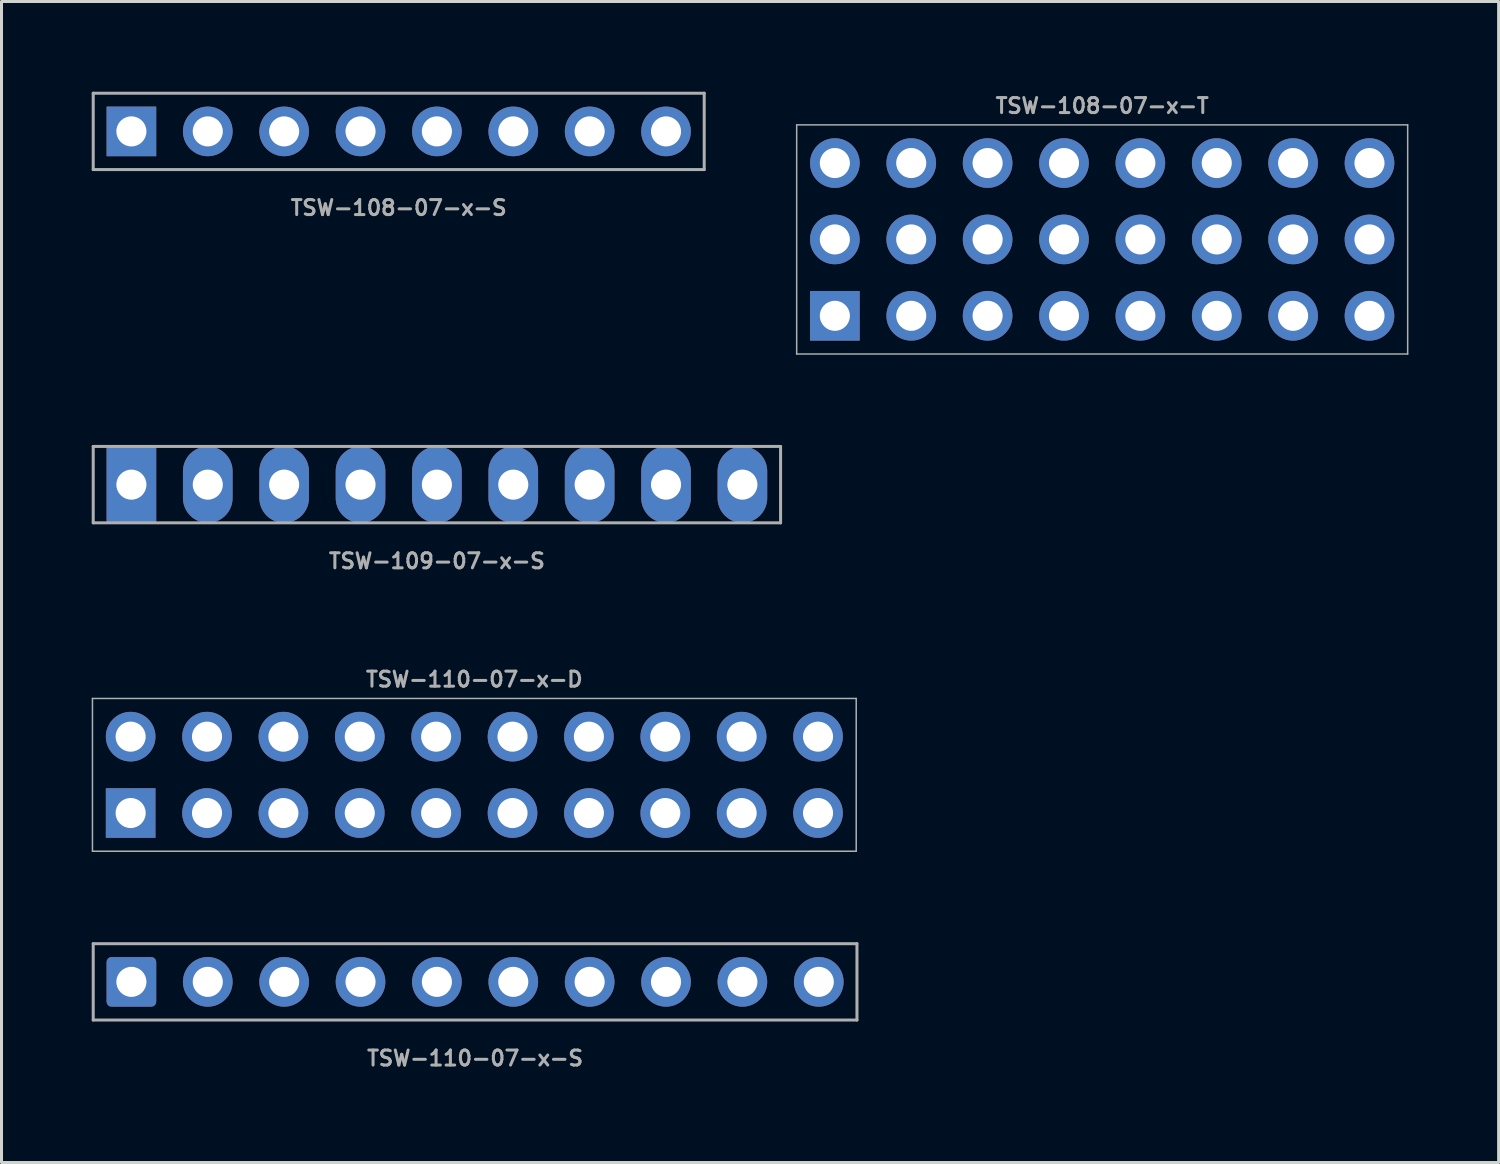
<source format=kicad_pcb>
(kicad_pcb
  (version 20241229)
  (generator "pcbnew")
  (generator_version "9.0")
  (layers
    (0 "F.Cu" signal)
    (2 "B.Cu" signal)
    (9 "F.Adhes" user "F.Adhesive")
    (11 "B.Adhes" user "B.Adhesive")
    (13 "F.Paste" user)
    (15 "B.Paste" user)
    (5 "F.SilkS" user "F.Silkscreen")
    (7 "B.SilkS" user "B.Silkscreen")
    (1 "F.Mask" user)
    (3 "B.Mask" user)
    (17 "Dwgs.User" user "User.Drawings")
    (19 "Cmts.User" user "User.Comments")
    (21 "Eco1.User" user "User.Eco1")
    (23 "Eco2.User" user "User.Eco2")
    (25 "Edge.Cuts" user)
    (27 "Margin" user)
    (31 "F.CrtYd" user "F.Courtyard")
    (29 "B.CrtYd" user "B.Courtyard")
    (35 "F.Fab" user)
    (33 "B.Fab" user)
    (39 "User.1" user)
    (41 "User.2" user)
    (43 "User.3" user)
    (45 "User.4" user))
  (footprint "TSW-109-07-x-S"
    (layer "F.Cu")
    (at 11.48 13.068)
    (property "Reference" "TSW-109-07-x-S" (at 0 2.54 0) (layer "F.Fab") (effects (font (size 0.5 0.5) (thickness 0.1))))
    (attr through_hole)
    (fp_line (start -11.43 -1.27) (end -11.43 1.27) (stroke (width 0.1) (type solid)) (layer "F.Fab"))
    (fp_line (start -11.43 1.27) (end 11.43 1.27) (stroke (width 0.1) (type solid)) (layer "F.Fab"))
    (fp_line (start 11.43 -1.27) (end -11.43 -1.27) (stroke (width 0.1) (type solid)) (layer "F.Fab"))
    (fp_line (start 11.43 1.27) (end 11.43 -1.27) (stroke (width 0.1) (type solid)) (layer "F.Fab"))
    (pad "1" thru_hole rect (at -10.16 0 90) (size 2.54 1.651) (drill 1) (layers "*.Cu" "*.Mask"))
    (pad "2" thru_hole oval (at -7.62 0 90) (size 2.54 1.651) (drill 1) (layers "*.Cu" "*.Mask"))
    (pad "3" thru_hole oval (at -5.08 0 90) (size 2.54 1.651) (drill 1) (layers "*.Cu" "*.Mask"))
    (pad "4" thru_hole oval (at -2.54 0 90) (size 2.54 1.651) (drill 1) (layers "*.Cu" "*.Mask"))
    (pad "5" thru_hole oval (at 0 0 90) (size 2.54 1.651) (drill 1) (layers "*.Cu" "*.Mask"))
    (pad "6" thru_hole oval (at 2.54 0 90) (size 2.54 1.651) (drill 1) (layers "*.Cu" "*.Mask"))
    (pad "7" thru_hole oval (at 5.08 0 90) (size 2.54 1.651) (drill 1) (layers "*.Cu" "*.Mask"))
    (pad "8" thru_hole oval (at 7.62 0 90) (size 2.54 1.651) (drill 1) (layers "*.Cu" "*.Mask"))
    (pad "9" thru_hole oval (at 10.16 0 90) (size 2.54 1.651) (drill 1) (layers "*.Cu" "*.Mask")))
  (footprint "TSW-110-07-x-S"
    (layer "F.Cu")
    (at 12.75 29.604)
    (property "Reference" "TSW-110-07-x-S" (at 0 2.54 0) (layer "F.Fab") (effects (font (size 0.5 0.5) (thickness 0.1))))
    (attr through_hole)
    (fp_line (start -12.7 -1.27) (end -12.7 1.27) (stroke (width 0.1) (type solid)) (layer "F.Fab"))
    (fp_line (start -12.7 1.27) (end 12.7 1.27) (stroke (width 0.1) (type solid)) (layer "F.Fab"))
    (fp_line (start 12.7 -1.27) (end -12.7 -1.27) (stroke (width 0.1) (type solid)) (layer "F.Fab"))
    (fp_line (start 12.7 1.27) (end 12.7 -1.27) (stroke (width 0.1) (type solid)) (layer "F.Fab"))
    (pad "1" thru_hole roundrect (at -11.43 0 90) (size 1.651 1.651) (drill 1) (layers "*.Cu" "*.Mask") (roundrect_rratio 0.1))
    (pad "2" thru_hole circle (at -8.89 0 90) (size 1.651 1.651) (drill 1) (layers "*.Cu" "*.Mask"))
    (pad "3" thru_hole circle (at -6.35 0 90) (size 1.651 1.651) (drill 1) (layers "*.Cu" "*.Mask"))
    (pad "4" thru_hole circle (at -3.81 0 90) (size 1.651 1.651) (drill 1) (layers "*.Cu" "*.Mask"))
    (pad "5" thru_hole circle (at -1.27 0 90) (size 1.651 1.651) (drill 1) (layers "*.Cu" "*.Mask"))
    (pad "6" thru_hole circle (at 1.27 0 90) (size 1.651 1.651) (drill 1) (layers "*.Cu" "*.Mask"))
    (pad "7" thru_hole circle (at 3.81 0 90) (size 1.651 1.651) (drill 1) (layers "*.Cu" "*.Mask"))
    (pad "8" thru_hole circle (at 6.35 0 90) (size 1.651 1.651) (drill 1) (layers "*.Cu" "*.Mask"))
    (pad "9" thru_hole circle (at 8.89 0 90) (size 1.651 1.651) (drill 1) (layers "*.Cu" "*.Mask"))
    (pad "10" thru_hole circle (at 11.43 0 90) (size 1.651 1.651) (drill 1) (layers "*.Cu" "*.Mask")))
  (footprint "TSW-110-07-x-D"
    (layer "F.Cu")
    (at 12.725 22.719)
    (property "Reference" "TSW-110-07-x-D" (at 0 -3.175 0) (layer "F.Fab") (effects (font (size 0.5 0.5) (thickness 0.1))))
    (attr through_hole)
    (fp_line (start -12.7 -2.54) (end -12.7 2.54) (stroke (width 0.05) (type solid)) (layer "F.Fab"))
    (fp_line (start -12.7 2.54) (end 12.7 2.54) (stroke (width 0.05) (type solid)) (layer "F.Fab"))
    (fp_line (start 12.7 -2.54) (end -12.7 -2.54) (stroke (width 0.05) (type solid)) (layer "F.Fab"))
    (fp_line (start 12.7 2.54) (end 12.7 -2.54) (stroke (width 0.05) (type solid)) (layer "F.Fab"))
    (pad "1" thru_hole rect (at -11.43 1.27 90) (size 1.651 1.651) (drill 1) (layers "*.Cu" "*.Mask"))
    (pad "2" thru_hole circle (at -11.43 -1.27 90) (size 1.651 1.651) (drill 1) (layers "*.Cu" "*.Mask"))
    (pad "3" thru_hole circle (at -8.89 1.27 90) (size 1.651 1.651) (drill 1) (layers "*.Cu" "*.Mask"))
    (pad "4" thru_hole circle (at -8.89 -1.27 90) (size 1.651 1.651) (drill 1) (layers "*.Cu" "*.Mask"))
    (pad "5" thru_hole circle (at -6.35 1.27) (size 1.651 1.651) (drill 1) (layers "*.Cu" "*.Mask"))
    (pad "6" thru_hole circle (at -6.35 -1.27) (size 1.651 1.651) (drill 1) (layers "*.Cu" "*.Mask"))
    (pad "7" thru_hole circle (at -3.81 1.27) (size 1.651 1.651) (drill 1) (layers "*.Cu" "*.Mask"))
    (pad "8" thru_hole circle (at -3.81 -1.27) (size 1.651 1.651) (drill 1) (layers "*.Cu" "*.Mask"))
    (pad "9" thru_hole circle (at -1.27 1.27 90) (size 1.651 1.651) (drill 1) (layers "*.Cu" "*.Mask"))
    (pad "10" thru_hole circle (at -1.27 -1.27 90) (size 1.651 1.651) (drill 1) (layers "*.Cu" "*.Mask"))
    (pad "11" thru_hole circle (at 1.27 1.27) (size 1.651 1.651) (drill 1) (layers "*.Cu" "*.Mask"))
    (pad "12" thru_hole circle (at 1.27 -1.27) (size 1.651 1.651) (drill 1) (layers "*.Cu" "*.Mask"))
    (pad "13" thru_hole circle (at 3.81 1.27) (size 1.651 1.651) (drill 1) (layers "*.Cu" "*.Mask"))
    (pad "14" thru_hole circle (at 3.81 -1.27) (size 1.651 1.651) (drill 1) (layers "*.Cu" "*.Mask"))
    (pad "15" thru_hole circle (at 6.35 1.27) (size 1.651 1.651) (drill 1) (layers "*.Cu" "*.Mask"))
    (pad "16" thru_hole circle (at 6.35 -1.27) (size 1.651 1.651) (drill 1) (layers "*.Cu" "*.Mask"))
    (pad "17" thru_hole circle (at 8.89 1.27) (size 1.651 1.651) (drill 1) (layers "*.Cu" "*.Mask"))
    (pad "18" thru_hole circle (at 8.89 -1.27) (size 1.651 1.651) (drill 1) (layers "*.Cu" "*.Mask"))
    (pad "19" thru_hole circle (at 11.43 1.27) (size 1.651 1.651) (drill 1) (layers "*.Cu" "*.Mask"))
    (pad "20" thru_hole circle (at 11.43 -1.27) (size 1.651 1.651) (drill 1) (layers "*.Cu" "*.Mask")))
  (footprint "TSW-108-07-x-S"
    (layer "F.Cu")
    (at 10.21 1.32)
    (property "Reference" "TSW-108-07-x-S" (at 0 2.54 0) (layer "F.Fab") (effects (font (size 0.5 0.5) (thickness 0.1))))
    (attr through_hole)
    (fp_line (start -10.16 -1.27) (end -10.16 1.27) (stroke (width 0.1) (type solid)) (layer "F.Fab"))
    (fp_line (start -10.16 1.27) (end 10.16 1.27) (stroke (width 0.1) (type solid)) (layer "F.Fab"))
    (fp_line (start 10.16 -1.27) (end -10.16 -1.27) (stroke (width 0.1) (type solid)) (layer "F.Fab"))
    (fp_line (start 10.16 1.27) (end 10.16 -1.27) (stroke (width 0.1) (type solid)) (layer "F.Fab"))
    (pad "1" thru_hole rect (at -8.89 0 90) (size 1.651 1.651) (drill 1) (layers "*.Cu" "*.Mask"))
    (pad "2" thru_hole circle (at -6.35 0 90) (size 1.651 1.651) (drill 1) (layers "*.Cu" "*.Mask"))
    (pad "3" thru_hole circle (at -3.81 0 90) (size 1.651 1.651) (drill 1) (layers "*.Cu" "*.Mask"))
    (pad "4" thru_hole circle (at -1.27 0 90) (size 1.651 1.651) (drill 1) (layers "*.Cu" "*.Mask"))
    (pad "5" thru_hole circle (at 1.27 0 90) (size 1.651 1.651) (drill 1) (layers "*.Cu" "*.Mask"))
    (pad "6" thru_hole circle (at 3.81 0 90) (size 1.651 1.651) (drill 1) (layers "*.Cu" "*.Mask"))
    (pad "7" thru_hole circle (at 6.35 0 90) (size 1.651 1.651) (drill 1) (layers "*.Cu" "*.Mask"))
    (pad "8" thru_hole circle (at 8.89 0 90) (size 1.651 1.651) (drill 1) (layers "*.Cu" "*.Mask")))
  (footprint "TSW-108-07-x-T"
    (layer "F.Cu")
    (at 33.605 4.913)
    (property "Reference" "TSW-108-07-x-T" (at 0 -4.445 0) (layer "F.Fab") (effects (font (size 0.5 0.5) (thickness 0.1))))
    (attr through_hole)
    (fp_line (start -10.16 -3.81) (end -10.16 3.81) (stroke (width 0.05) (type solid)) (layer "F.Fab"))
    (fp_line (start -10.16 3.81) (end 10.16 3.81) (stroke (width 0.05) (type solid)) (layer "F.Fab"))
    (fp_line (start 10.16 -3.81) (end -10.16 -3.81) (stroke (width 0.05) (type solid)) (layer "F.Fab"))
    (fp_line (start 10.16 3.81) (end 10.16 -3.81) (stroke (width 0.05) (type solid)) (layer "F.Fab"))
    (pad "1" thru_hole rect (at -8.89 2.54 90) (size 1.651 1.651) (drill 1) (layers "*.Cu" "*.Mask"))
    (pad "2" thru_hole circle (at -8.89 0 90) (size 1.651 1.651) (drill 1) (layers "*.Cu" "*.Mask"))
    (pad "3" thru_hole circle (at -8.89 -2.54 90) (size 1.651 1.651) (drill 1) (layers "*.Cu" "*.Mask"))
    (pad "4" thru_hole circle (at -6.35 2.54 90) (size 1.651 1.651) (drill 1) (layers "*.Cu" "*.Mask"))
    (pad "5" thru_hole circle (at -6.35 0) (size 1.651 1.651) (drill 1) (layers "*.Cu" "*.Mask"))
    (pad "6" thru_hole circle (at -6.35 -2.54) (size 1.651 1.651) (drill 1) (layers "*.Cu" "*.Mask"))
    (pad "7" thru_hole circle (at -3.81 2.54) (size 1.651 1.651) (drill 1) (layers "*.Cu" "*.Mask"))
    (pad "8" thru_hole circle (at -3.81 0) (size 1.651 1.651) (drill 1) (layers "*.Cu" "*.Mask"))
    (pad "9" thru_hole circle (at -3.81 -2.54 90) (size 1.651 1.651) (drill 1) (layers "*.Cu" "*.Mask"))
    (pad "10" thru_hole circle (at -1.27 2.54 90) (size 1.651 1.651) (drill 1) (layers "*.Cu" "*.Mask"))
    (pad "11" thru_hole circle (at -1.27 0) (size 1.651 1.651) (drill 1) (layers "*.Cu" "*.Mask"))
    (pad "12" thru_hole circle (at -1.27 -2.54) (size 1.651 1.651) (drill 1) (layers "*.Cu" "*.Mask"))
    (pad "13" thru_hole circle (at 1.27 2.54) (size 1.651 1.651) (drill 1) (layers "*.Cu" "*.Mask"))
    (pad "14" thru_hole circle (at 1.27 0) (size 1.651 1.651) (drill 1) (layers "*.Cu" "*.Mask"))
    (pad "15" thru_hole circle (at 1.27 -2.54) (size 1.651 1.651) (drill 1) (layers "*.Cu" "*.Mask"))
    (pad "16" thru_hole circle (at 3.81 2.54) (size 1.651 1.651) (drill 1) (layers "*.Cu" "*.Mask"))
    (pad "17" thru_hole circle (at 3.81 0) (size 1.651 1.651) (drill 1) (layers "*.Cu" "*.Mask"))
    (pad "18" thru_hole circle (at 3.81 -2.54) (size 1.651 1.651) (drill 1) (layers "*.Cu" "*.Mask"))
    (pad "19" thru_hole circle (at 6.35 2.54) (size 1.651 1.651) (drill 1) (layers "*.Cu" "*.Mask"))
    (pad "20" thru_hole circle (at 6.35 0) (size 1.651 1.651) (drill 1) (layers "*.Cu" "*.Mask"))
    (pad "21" thru_hole circle (at 6.35 -2.54) (size 1.651 1.651) (drill 1) (layers "*.Cu" "*.Mask"))
    (pad "22" thru_hole circle (at 8.89 2.54) (size 1.651 1.651) (drill 1) (layers "*.Cu" "*.Mask"))
    (pad "23" thru_hole circle (at 8.89 0) (size 1.651 1.651) (drill 1) (layers "*.Cu" "*.Mask"))
    (pad "24" thru_hole circle (at 8.89 -2.54) (size 1.651 1.651) (drill 1) (layers "*.Cu" "*.Mask")))
  (gr_rect
    (start -3 -3)
    (end 46.79 35.612)
    (stroke (width 0.1) (type default))
    (fill no)
    (layer "Edge.Cuts")))
</source>
